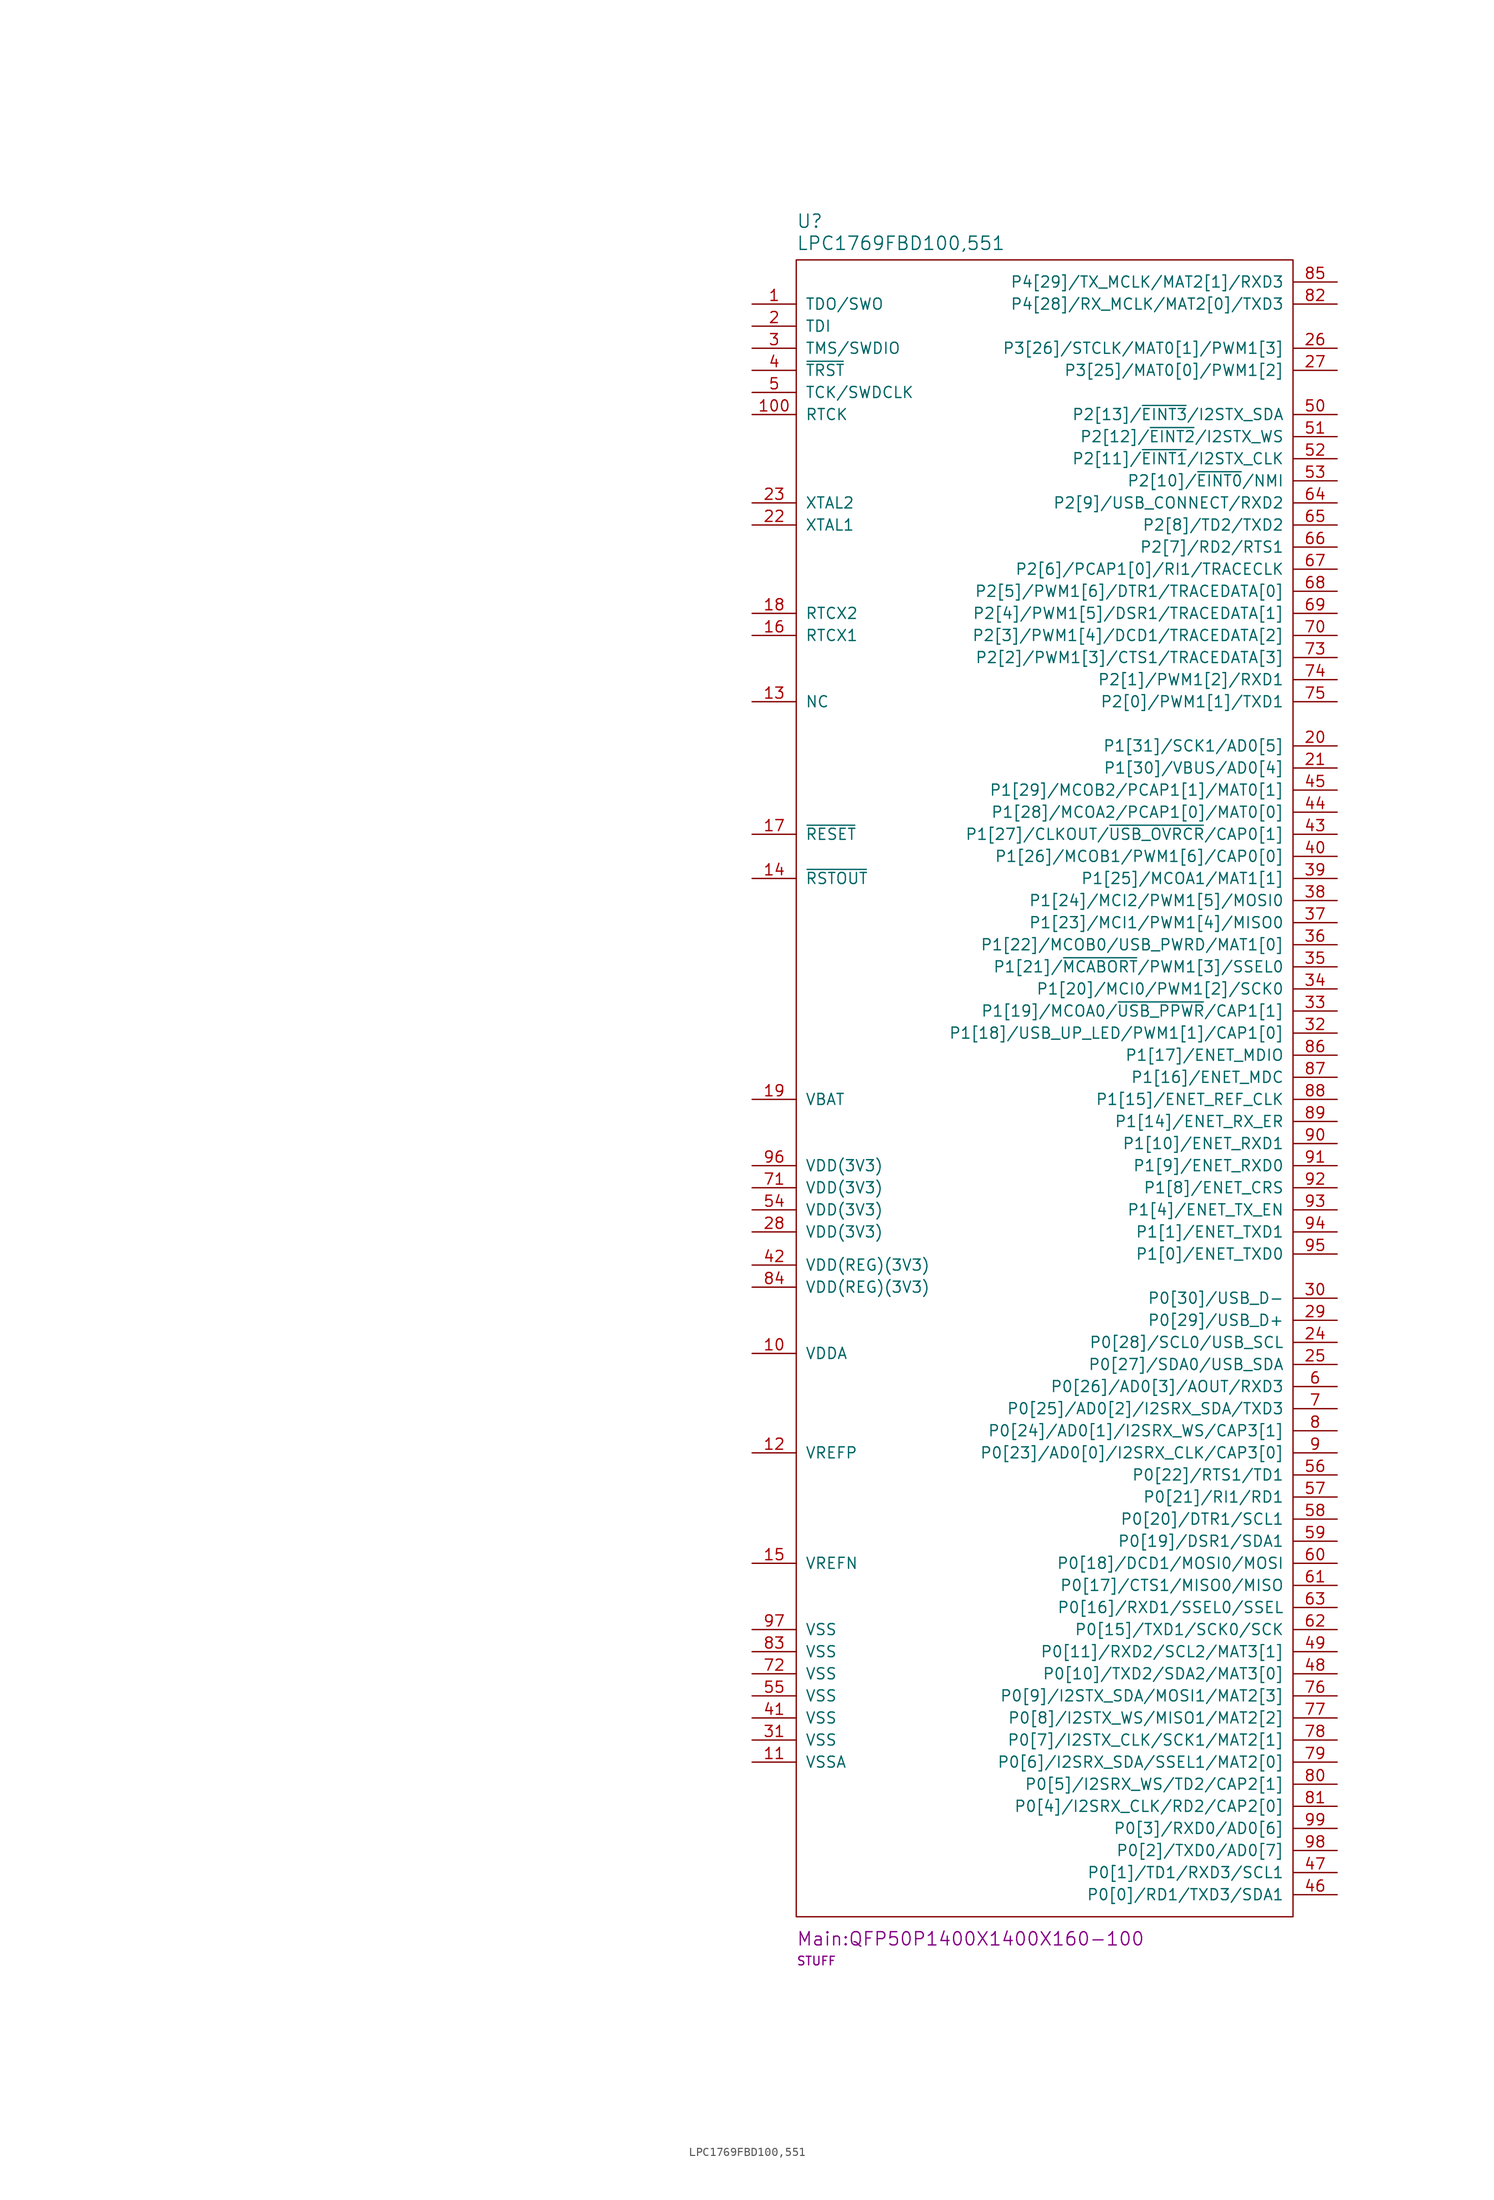
<source format=kicad_sym>
(kicad_symbol_lib
  (version 20211014)
  (generator kicad_symbol_editor)
  (symbol "LPC1769FBD100,551"
    (pin_names
      (offset 1.016))
    (property "Reference" "U"
      (at -29.21 102.235 0)
      (effects (font (size 1.524 1.524)) (justify left)))
    (property "Value" "LPC1769FBD100,551"
      (at -29.21 99.695 0)
      (effects (font (size 1.524 1.524)) (justify left)))
    (property "Footprint" "Main:QFP50P1400X1400X160-100"
      (at -29.21 -95.25 0)
      (effects (font (size 1.524 1.524)) (justify left)))
    (property "Datasheet" ""
      (at -102.87 -41.91 0)
      (effects (font (size 1.524 1.524))))
    (property "SKU" "STUFF"
      (at -29.21 -97.79 0)
      (effects (font (size 0.991 0.991)) (justify left)))
    (symbol "LPC1769FBD100,551_0_1"
      (rectangle (start 27.94 -92.71) (end -29.21 97.79) (stroke (width 0) (type default) (color 0 0 0 0)) (fill (type none))))
    (symbol "LPC1769FBD100,551_1_1"
      (pin bidirectional line (at -34.29 92.71 0) (length 5.08) (name "TDO/SWO" (effects (font (size 1.27 1.27)))) (number "1" (effects (font (size 1.27 1.27)))))
      (pin bidirectional line (at -34.29 -27.94 0) (length 5.08) (name "VDDA" (effects (font (size 1.27 1.27)))) (number "10" (effects (font (size 1.27 1.27)))))
      (pin bidirectional line (at -34.29 80.01 0) (length 5.08) (name "RTCK" (effects (font (size 1.27 1.27)))) (number "100" (effects (font (size 1.27 1.27)))))
      (pin bidirectional line (at -34.29 -74.93 0) (length 5.08) (name "VSSA" (effects (font (size 1.27 1.27)))) (number "11" (effects (font (size 1.27 1.27)))))
      (pin bidirectional line (at -34.29 -39.37 0) (length 5.08) (name "VREFP" (effects (font (size 1.27 1.27)))) (number "12" (effects (font (size 1.27 1.27)))))
      (pin bidirectional line (at -34.29 46.99 0) (length 5.08) (name "NC" (effects (font (size 1.27 1.27)))) (number "13" (effects (font (size 1.27 1.27)))))
      (pin bidirectional line (at -34.29 26.67 0) (length 5.08) (name "~{RSTOUT}" (effects (font (size 1.27 1.27)))) (number "14" (effects (font (size 1.27 1.27)))))
      (pin bidirectional line (at -34.29 -52.07 0) (length 5.08) (name "VREFN" (effects (font (size 1.27 1.27)))) (number "15" (effects (font (size 1.27 1.27)))))
      (pin bidirectional line (at -34.29 54.61 0) (length 5.08) (name "RTCX1" (effects (font (size 1.27 1.27)))) (number "16" (effects (font (size 1.27 1.27)))))
      (pin bidirectional line (at -34.29 31.75 0) (length 5.08) (name "~{RESET}" (effects (font (size 1.27 1.27)))) (number "17" (effects (font (size 1.27 1.27)))))
      (pin bidirectional line (at -34.29 57.15 0) (length 5.08) (name "RTCX2" (effects (font (size 1.27 1.27)))) (number "18" (effects (font (size 1.27 1.27)))))
      (pin bidirectional line (at -34.29 1.27 0) (length 5.08) (name "VBAT" (effects (font (size 1.27 1.27)))) (number "19" (effects (font (size 1.27 1.27)))))
      (pin bidirectional line (at -34.29 90.17 0) (length 5.08) (name "TDI" (effects (font (size 1.27 1.27)))) (number "2" (effects (font (size 1.27 1.27)))))
      (pin bidirectional line (at 33.02 41.91 180) (length 5.08) (name "P1[31]/SCK1/AD0[5]" (effects (font (size 1.27 1.27)))) (number "20" (effects (font (size 1.27 1.27)))))
      (pin bidirectional line (at 33.02 39.37 180) (length 5.08) (name "P1[30]/VBUS/AD0[4]" (effects (font (size 1.27 1.27)))) (number "21" (effects (font (size 1.27 1.27)))))
      (pin bidirectional line (at -34.29 67.31 0) (length 5.08) (name "XTAL1" (effects (font (size 1.27 1.27)))) (number "22" (effects (font (size 1.27 1.27)))))
      (pin bidirectional line (at -34.29 69.85 0) (length 5.08) (name "XTAL2" (effects (font (size 1.27 1.27)))) (number "23" (effects (font (size 1.27 1.27)))))
      (pin bidirectional line (at 33.02 -26.67 180) (length 5.08) (name "P0[28]/SCL0/USB_SCL" (effects (font (size 1.27 1.27)))) (number "24" (effects (font (size 1.27 1.27)))))
      (pin bidirectional line (at 33.02 -29.21 180) (length 5.08) (name "P0[27]/SDA0/USB_SDA" (effects (font (size 1.27 1.27)))) (number "25" (effects (font (size 1.27 1.27)))))
      (pin bidirectional line (at 33.02 87.63 180) (length 5.08) (name "P3[26]/STCLK/MAT0[1]/PWM1[3]" (effects (font (size 1.27 1.27)))) (number "26" (effects (font (size 1.27 1.27)))))
      (pin bidirectional line (at 33.02 85.09 180) (length 5.08) (name "P3[25]/MAT0[0]/PWM1[2]" (effects (font (size 1.27 1.27)))) (number "27" (effects (font (size 1.27 1.27)))))
      (pin bidirectional line (at -34.29 -13.97 0) (length 5.08) (name "VDD(3V3)" (effects (font (size 1.27 1.27)))) (number "28" (effects (font (size 1.27 1.27)))))
      (pin bidirectional line (at 33.02 -24.13 180) (length 5.08) (name "P0[29]/USB_D+" (effects (font (size 1.27 1.27)))) (number "29" (effects (font (size 1.27 1.27)))))
      (pin bidirectional line (at -34.29 87.63 0) (length 5.08) (name "TMS/SWDIO" (effects (font (size 1.27 1.27)))) (number "3" (effects (font (size 1.27 1.27)))))
      (pin bidirectional line (at 33.02 -21.59 180) (length 5.08) (name "P0[30]/USB_D-" (effects (font (size 1.27 1.27)))) (number "30" (effects (font (size 1.27 1.27)))))
      (pin bidirectional line (at -34.29 -72.39 0) (length 5.08) (name "VSS" (effects (font (size 1.27 1.27)))) (number "31" (effects (font (size 1.27 1.27)))))
      (pin bidirectional line (at 33.02 8.89 180) (length 5.08) (name "P1[18]/USB_UP_LED/PWM1[1]/CAP1[0]" (effects (font (size 1.27 1.27)))) (number "32" (effects (font (size 1.27 1.27)))))
      (pin bidirectional line (at 33.02 11.43 180) (length 5.08) (name "P1[19]/MCOA0/~{USB_PPWR}/CAP1[1]" (effects (font (size 1.27 1.27)))) (number "33" (effects (font (size 1.27 1.27)))))
      (pin bidirectional line (at 33.02 13.97 180) (length 5.08) (name "P1[20]/MCI0/PWM1[2]/SCK0" (effects (font (size 1.27 1.27)))) (number "34" (effects (font (size 1.27 1.27)))))
      (pin bidirectional line (at 33.02 16.51 180) (length 5.08) (name "P1[21]/~{MCABORT}/PWM1[3]/SSEL0" (effects (font (size 1.27 1.27)))) (number "35" (effects (font (size 1.27 1.27)))))
      (pin bidirectional line (at 33.02 19.05 180) (length 5.08) (name "P1[22]/MCOB0/USB_PWRD/MAT1[0]" (effects (font (size 1.27 1.27)))) (number "36" (effects (font (size 1.27 1.27)))))
      (pin bidirectional line (at 33.02 21.59 180) (length 5.08) (name "P1[23]/MCI1/PWM1[4]/MISO0" (effects (font (size 1.27 1.27)))) (number "37" (effects (font (size 1.27 1.27)))))
      (pin bidirectional line (at 33.02 24.13 180) (length 5.08) (name "P1[24]/MCI2/PWM1[5]/MOSI0" (effects (font (size 1.27 1.27)))) (number "38" (effects (font (size 1.27 1.27)))))
      (pin bidirectional line (at 33.02 26.67 180) (length 5.08) (name "P1[25]/MCOA1/MAT1[1]" (effects (font (size 1.27 1.27)))) (number "39" (effects (font (size 1.27 1.27)))))
      (pin bidirectional line (at -34.29 85.09 0) (length 5.08) (name "~{TRST}" (effects (font (size 1.27 1.27)))) (number "4" (effects (font (size 1.27 1.27)))))
      (pin bidirectional line (at 33.02 29.21 180) (length 5.08) (name "P1[26]/MCOB1/PWM1[6]/CAP0[0]" (effects (font (size 1.27 1.27)))) (number "40" (effects (font (size 1.27 1.27)))))
      (pin bidirectional line (at -34.29 -69.85 0) (length 5.08) (name "VSS" (effects (font (size 1.27 1.27)))) (number "41" (effects (font (size 1.27 1.27)))))
      (pin bidirectional line (at -34.29 -17.78 0) (length 5.08) (name "VDD(REG)(3V3)" (effects (font (size 1.27 1.27)))) (number "42" (effects (font (size 1.27 1.27)))))
      (pin bidirectional line (at 33.02 31.75 180) (length 5.08) (name "P1[27]/CLKOUT/~{USB_OVRCR}/CAP0[1]" (effects (font (size 1.27 1.27)))) (number "43" (effects (font (size 1.27 1.27)))))
      (pin bidirectional line (at 33.02 34.29 180) (length 5.08) (name "P1[28]/MCOA2/PCAP1[0]/MAT0[0]" (effects (font (size 1.27 1.27)))) (number "44" (effects (font (size 1.27 1.27)))))
      (pin bidirectional line (at 33.02 36.83 180) (length 5.08) (name "P1[29]/MCOB2/PCAP1[1]/MAT0[1]" (effects (font (size 1.27 1.27)))) (number "45" (effects (font (size 1.27 1.27)))))
      (pin bidirectional line (at 33.02 -90.17 180) (length 5.08) (name "P0[0]/RD1/TXD3/SDA1" (effects (font (size 1.27 1.27)))) (number "46" (effects (font (size 1.27 1.27)))))
      (pin bidirectional line (at 33.02 -87.63 180) (length 5.08) (name "P0[1]/TD1/RXD3/SCL1" (effects (font (size 1.27 1.27)))) (number "47" (effects (font (size 1.27 1.27)))))
      (pin bidirectional line (at 33.02 -64.77 180) (length 5.08) (name "P0[10]/TXD2/SDA2/MAT3[0]" (effects (font (size 1.27 1.27)))) (number "48" (effects (font (size 1.27 1.27)))))
      (pin bidirectional line (at 33.02 -62.23 180) (length 5.08) (name "P0[11]/RXD2/SCL2/MAT3[1]" (effects (font (size 1.27 1.27)))) (number "49" (effects (font (size 1.27 1.27)))))
      (pin bidirectional line (at -34.29 82.55 0) (length 5.08) (name "TCK/SWDCLK" (effects (font (size 1.27 1.27)))) (number "5" (effects (font (size 1.27 1.27)))))
      (pin bidirectional line (at 33.02 80.01 180) (length 5.08) (name "P2[13]/~{EINT3}/I2STX_SDA" (effects (font (size 1.27 1.27)))) (number "50" (effects (font (size 1.27 1.27)))))
      (pin bidirectional line (at 33.02 77.47 180) (length 5.08) (name "P2[12]/~{EINT2}/I2STX_WS" (effects (font (size 1.27 1.27)))) (number "51" (effects (font (size 1.27 1.27)))))
      (pin bidirectional line (at 33.02 74.93 180) (length 5.08) (name "P2[11]/~{EINT1}/I2STX_CLK" (effects (font (size 1.27 1.27)))) (number "52" (effects (font (size 1.27 1.27)))))
      (pin bidirectional line (at 33.02 72.39 180) (length 5.08) (name "P2[10]/~{EINT0}/NMI" (effects (font (size 1.27 1.27)))) (number "53" (effects (font (size 1.27 1.27)))))
      (pin bidirectional line (at -34.29 -11.43 0) (length 5.08) (name "VDD(3V3)" (effects (font (size 1.27 1.27)))) (number "54" (effects (font (size 1.27 1.27)))))
      (pin bidirectional line (at -34.29 -67.31 0) (length 5.08) (name "VSS" (effects (font (size 1.27 1.27)))) (number "55" (effects (font (size 1.27 1.27)))))
      (pin bidirectional line (at 33.02 -41.91 180) (length 5.08) (name "P0[22]/RTS1/TD1" (effects (font (size 1.27 1.27)))) (number "56" (effects (font (size 1.27 1.27)))))
      (pin bidirectional line (at 33.02 -44.45 180) (length 5.08) (name "P0[21]/RI1/RD1" (effects (font (size 1.27 1.27)))) (number "57" (effects (font (size 1.27 1.27)))))
      (pin bidirectional line (at 33.02 -46.99 180) (length 5.08) (name "P0[20]/DTR1/SCL1" (effects (font (size 1.27 1.27)))) (number "58" (effects (font (size 1.27 1.27)))))
      (pin bidirectional line (at 33.02 -49.53 180) (length 5.08) (name "P0[19]/DSR1/SDA1" (effects (font (size 1.27 1.27)))) (number "59" (effects (font (size 1.27 1.27)))))
      (pin bidirectional line (at 33.02 -31.75 180) (length 5.08) (name "P0[26]/AD0[3]/AOUT/RXD3" (effects (font (size 1.27 1.27)))) (number "6" (effects (font (size 1.27 1.27)))))
      (pin bidirectional line (at 33.02 -52.07 180) (length 5.08) (name "P0[18]/DCD1/MOSI0/MOSI" (effects (font (size 1.27 1.27)))) (number "60" (effects (font (size 1.27 1.27)))))
      (pin bidirectional line (at 33.02 -54.61 180) (length 5.08) (name "P0[17]/CTS1/MISO0/MISO" (effects (font (size 1.27 1.27)))) (number "61" (effects (font (size 1.27 1.27)))))
      (pin bidirectional line (at 33.02 -59.69 180) (length 5.08) (name "P0[15]/TXD1/SCK0/SCK" (effects (font (size 1.27 1.27)))) (number "62" (effects (font (size 1.27 1.27)))))
      (pin bidirectional line (at 33.02 -57.15 180) (length 5.08) (name "P0[16]/RXD1/SSEL0/SSEL" (effects (font (size 1.27 1.27)))) (number "63" (effects (font (size 1.27 1.27)))))
      (pin bidirectional line (at 33.02 69.85 180) (length 5.08) (name "P2[9]/USB_CONNECT/RXD2" (effects (font (size 1.27 1.27)))) (number "64" (effects (font (size 1.27 1.27)))))
      (pin bidirectional line (at 33.02 67.31 180) (length 5.08) (name "P2[8]/TD2/TXD2" (effects (font (size 1.27 1.27)))) (number "65" (effects (font (size 1.27 1.27)))))
      (pin bidirectional line (at 33.02 64.77 180) (length 5.08) (name "P2[7]/RD2/RTS1" (effects (font (size 1.27 1.27)))) (number "66" (effects (font (size 1.27 1.27)))))
      (pin bidirectional line (at 33.02 62.23 180) (length 5.08) (name "P2[6]/PCAP1[0]/RI1/TRACECLK" (effects (font (size 1.27 1.27)))) (number "67" (effects (font (size 1.27 1.27)))))
      (pin bidirectional line (at 33.02 59.69 180) (length 5.08) (name "P2[5]/PWM1[6]/DTR1/TRACEDATA[0]" (effects (font (size 1.27 1.27)))) (number "68" (effects (font (size 1.27 1.27)))))
      (pin bidirectional line (at 33.02 57.15 180) (length 5.08) (name "P2[4]/PWM1[5]/DSR1/TRACEDATA[1]" (effects (font (size 1.27 1.27)))) (number "69" (effects (font (size 1.27 1.27)))))
      (pin bidirectional line (at 33.02 -34.29 180) (length 5.08) (name "P0[25]/AD0[2]/I2SRX_SDA/TXD3" (effects (font (size 1.27 1.27)))) (number "7" (effects (font (size 1.27 1.27)))))
      (pin bidirectional line (at 33.02 54.61 180) (length 5.08) (name "P2[3]/PWM1[4]/DCD1/TRACEDATA[2]" (effects (font (size 1.27 1.27)))) (number "70" (effects (font (size 1.27 1.27)))))
      (pin bidirectional line (at -34.29 -8.89 0) (length 5.08) (name "VDD(3V3)" (effects (font (size 1.27 1.27)))) (number "71" (effects (font (size 1.27 1.27)))))
      (pin bidirectional line (at -34.29 -64.77 0) (length 5.08) (name "VSS" (effects (font (size 1.27 1.27)))) (number "72" (effects (font (size 1.27 1.27)))))
      (pin bidirectional line (at 33.02 52.07 180) (length 5.08) (name "P2[2]/PWM1[3]/CTS1/TRACEDATA[3]" (effects (font (size 1.27 1.27)))) (number "73" (effects (font (size 1.27 1.27)))))
      (pin bidirectional line (at 33.02 49.53 180) (length 5.08) (name "P2[1]/PWM1[2]/RXD1" (effects (font (size 1.27 1.27)))) (number "74" (effects (font (size 1.27 1.27)))))
      (pin bidirectional line (at 33.02 46.99 180) (length 5.08) (name "P2[0]/PWM1[1]/TXD1" (effects (font (size 1.27 1.27)))) (number "75" (effects (font (size 1.27 1.27)))))
      (pin bidirectional line (at 33.02 -67.31 180) (length 5.08) (name "P0[9]/I2STX_SDA/MOSI1/MAT2[3]" (effects (font (size 1.27 1.27)))) (number "76" (effects (font (size 1.27 1.27)))))
      (pin bidirectional line (at 33.02 -69.85 180) (length 5.08) (name "P0[8]/I2STX_WS/MISO1/MAT2[2]" (effects (font (size 1.27 1.27)))) (number "77" (effects (font (size 1.27 1.27)))))
      (pin bidirectional line (at 33.02 -72.39 180) (length 5.08) (name "P0[7]/I2STX_CLK/SCK1/MAT2[1]" (effects (font (size 1.27 1.27)))) (number "78" (effects (font (size 1.27 1.27)))))
      (pin bidirectional line (at 33.02 -74.93 180) (length 5.08) (name "P0[6]/I2SRX_SDA/SSEL1/MAT2[0]" (effects (font (size 1.27 1.27)))) (number "79" (effects (font (size 1.27 1.27)))))
      (pin bidirectional line (at 33.02 -36.83 180) (length 5.08) (name "P0[24]/AD0[1]/I2SRX_WS/CAP3[1]" (effects (font (size 1.27 1.27)))) (number "8" (effects (font (size 1.27 1.27)))))
      (pin bidirectional line (at 33.02 -77.47 180) (length 5.08) (name "P0[5]/I2SRX_WS/TD2/CAP2[1]" (effects (font (size 1.27 1.27)))) (number "80" (effects (font (size 1.27 1.27)))))
      (pin bidirectional line (at 33.02 -80.01 180) (length 5.08) (name "P0[4]/I2SRX_CLK/RD2/CAP2[0]" (effects (font (size 1.27 1.27)))) (number "81" (effects (font (size 1.27 1.27)))))
      (pin bidirectional line (at 33.02 92.71 180) (length 5.08) (name "P4[28]/RX_MCLK/MAT2[0]/TXD3" (effects (font (size 1.27 1.27)))) (number "82" (effects (font (size 1.27 1.27)))))
      (pin bidirectional line (at -34.29 -62.23 0) (length 5.08) (name "VSS" (effects (font (size 1.27 1.27)))) (number "83" (effects (font (size 1.27 1.27)))))
      (pin bidirectional line (at -34.29 -20.32 0) (length 5.08) (name "VDD(REG)(3V3)" (effects (font (size 1.27 1.27)))) (number "84" (effects (font (size 1.27 1.27)))))
      (pin bidirectional line (at 33.02 95.25 180) (length 5.08) (name "P4[29]/TX_MCLK/MAT2[1]/RXD3" (effects (font (size 1.27 1.27)))) (number "85" (effects (font (size 1.27 1.27)))))
      (pin bidirectional line (at 33.02 6.35 180) (length 5.08) (name "P1[17]/ENET_MDIO" (effects (font (size 1.27 1.27)))) (number "86" (effects (font (size 1.27 1.27)))))
      (pin bidirectional line (at 33.02 3.81 180) (length 5.08) (name "P1[16]/ENET_MDC" (effects (font (size 1.27 1.27)))) (number "87" (effects (font (size 1.27 1.27)))))
      (pin bidirectional line (at 33.02 1.27 180) (length 5.08) (name "P1[15]/ENET_REF_CLK" (effects (font (size 1.27 1.27)))) (number "88" (effects (font (size 1.27 1.27)))))
      (pin bidirectional line (at 33.02 -1.27 180) (length 5.08) (name "P1[14]/ENET_RX_ER" (effects (font (size 1.27 1.27)))) (number "89" (effects (font (size 1.27 1.27)))))
      (pin bidirectional line (at 33.02 -39.37 180) (length 5.08) (name "P0[23]/AD0[0]/I2SRX_CLK/CAP3[0]" (effects (font (size 1.27 1.27)))) (number "9" (effects (font (size 1.27 1.27)))))
      (pin bidirectional line (at 33.02 -3.81 180) (length 5.08) (name "P1[10]/ENET_RXD1" (effects (font (size 1.27 1.27)))) (number "90" (effects (font (size 1.27 1.27)))))
      (pin bidirectional line (at 33.02 -6.35 180) (length 5.08) (name "P1[9]/ENET_RXD0" (effects (font (size 1.27 1.27)))) (number "91" (effects (font (size 1.27 1.27)))))
      (pin bidirectional line (at 33.02 -8.89 180) (length 5.08) (name "P1[8]/ENET_CRS" (effects (font (size 1.27 1.27)))) (number "92" (effects (font (size 1.27 1.27)))))
      (pin bidirectional line (at 33.02 -11.43 180) (length 5.08) (name "P1[4]/ENET_TX_EN" (effects (font (size 1.27 1.27)))) (number "93" (effects (font (size 1.27 1.27)))))
      (pin bidirectional line (at 33.02 -13.97 180) (length 5.08) (name "P1[1]/ENET_TXD1" (effects (font (size 1.27 1.27)))) (number "94" (effects (font (size 1.27 1.27)))))
      (pin bidirectional line (at 33.02 -16.51 180) (length 5.08) (name "P1[0]/ENET_TXD0" (effects (font (size 1.27 1.27)))) (number "95" (effects (font (size 1.27 1.27)))))
      (pin bidirectional line (at -34.29 -6.35 0) (length 5.08) (name "VDD(3V3)" (effects (font (size 1.27 1.27)))) (number "96" (effects (font (size 1.27 1.27)))))
      (pin bidirectional line (at -34.29 -59.69 0) (length 5.08) (name "VSS" (effects (font (size 1.27 1.27)))) (number "97" (effects (font (size 1.27 1.27)))))
      (pin bidirectional line (at 33.02 -85.09 180) (length 5.08) (name "P0[2]/TXD0/AD0[7]" (effects (font (size 1.27 1.27)))) (number "98" (effects (font (size 1.27 1.27)))))
      (pin bidirectional line (at 33.02 -82.55 180) (length 5.08) (name "P0[3]/RXD0/AD0[6]" (effects (font (size 1.27 1.27)))) (number "99" (effects (font (size 1.27 1.27))))))))
</source>
